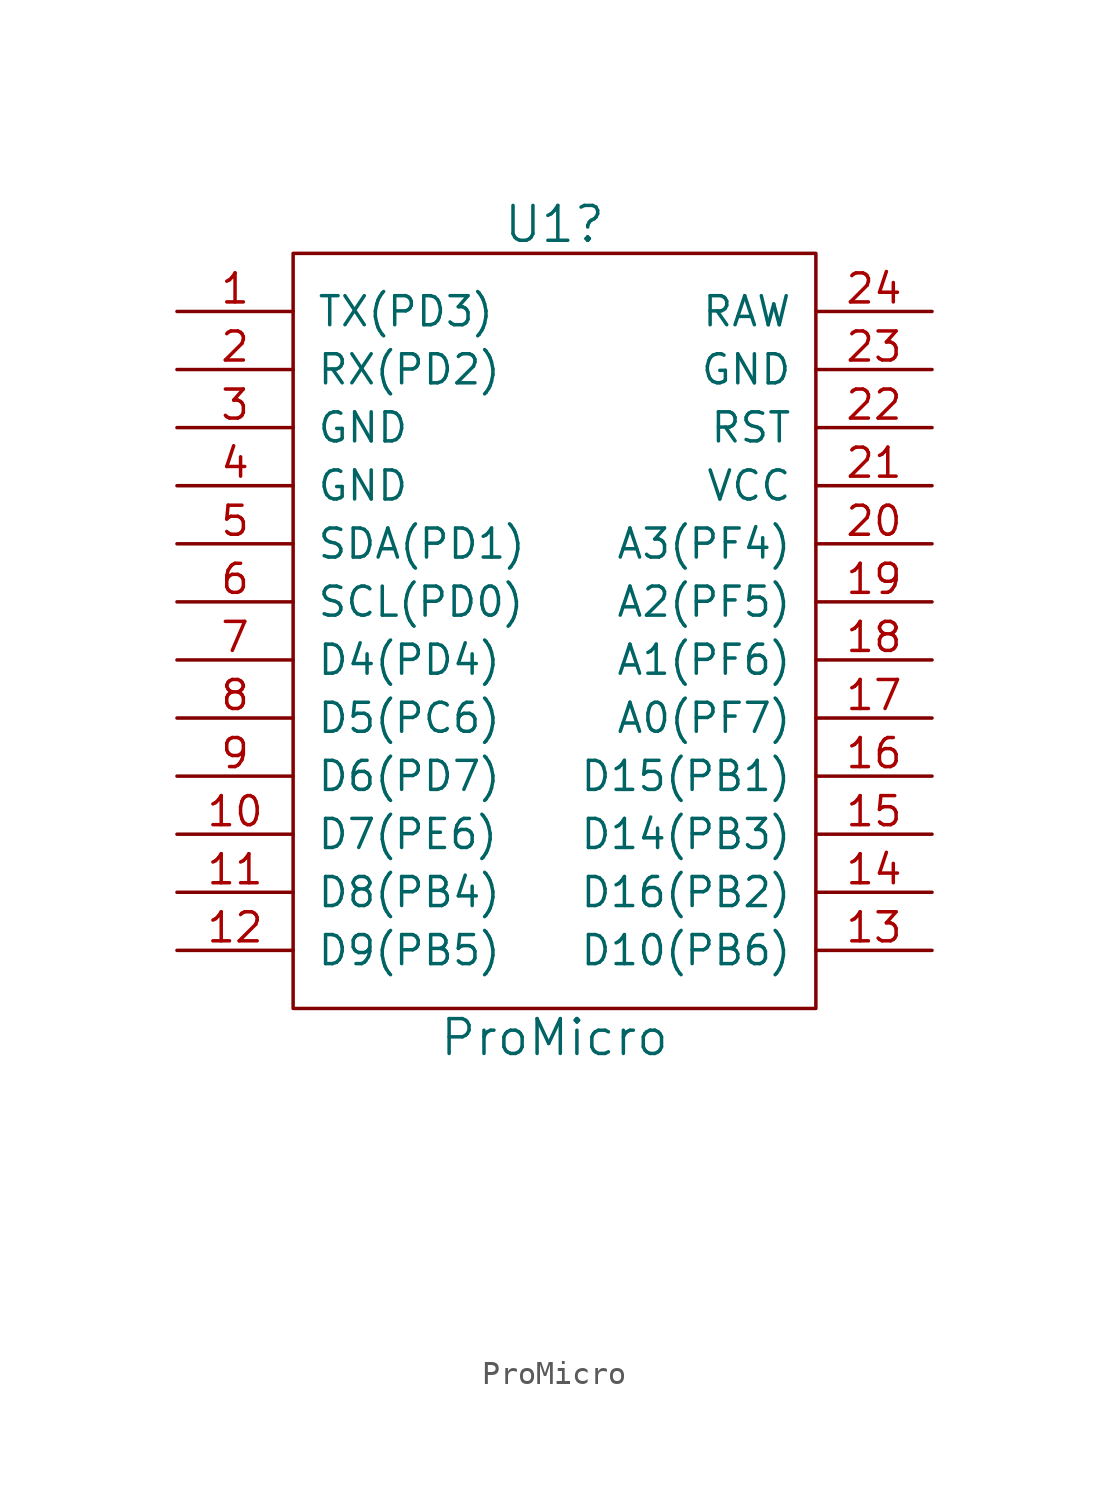
<source format=kicad_sym>
(kicad_symbol_lib
  (version 20211014)
  (generator kicad_symbol_editor)
  (symbol "ProMicro"
    (pin_names
      (offset 1.016))
    (property "Reference" "U1"
      (at 0 17.78 0)
      (effects (font (size 1.524 1.524))))
    (property "Value" "ProMicro"
      (at 0 -17.78 0)
      (effects (font (size 1.524 1.524))))
    (property "Datasheet" ""
      (at 2.54 -26.67 0)
      (effects (font (size 1.524 1.524))))
    (symbol "ProMicro_0_1"
      (rectangle (start -11.43 16.51) (end 11.43 -16.51) (stroke (width 0) (type default) (color 0 0 0 0)) (fill (type none))))
    (symbol "ProMicro_1_1"
      (pin input line (at -16.51 13.97 0) (length 5.08) (name "TX(PD3)" (effects (font (size 1.27 1.27)))) (number "1" (effects (font (size 1.27 1.27)))))
      (pin input line (at -16.51 -8.89 0) (length 5.08) (name "D7(PE6)" (effects (font (size 1.27 1.27)))) (number "10" (effects (font (size 1.27 1.27)))))
      (pin input line (at -16.51 -11.43 0) (length 5.08) (name "D8(PB4)" (effects (font (size 1.27 1.27)))) (number "11" (effects (font (size 1.27 1.27)))))
      (pin input line (at -16.51 -13.97 0) (length 5.08) (name "D9(PB5)" (effects (font (size 1.27 1.27)))) (number "12" (effects (font (size 1.27 1.27)))))
      (pin input line (at 16.51 -13.97 180) (length 5.08) (name "D10(PB6)" (effects (font (size 1.27 1.27)))) (number "13" (effects (font (size 1.27 1.27)))))
      (pin input line (at 16.51 -11.43 180) (length 5.08) (name "D16(PB2)" (effects (font (size 1.27 1.27)))) (number "14" (effects (font (size 1.27 1.27)))))
      (pin input line (at 16.51 -8.89 180) (length 5.08) (name "D14(PB3)" (effects (font (size 1.27 1.27)))) (number "15" (effects (font (size 1.27 1.27)))))
      (pin input line (at 16.51 -6.35 180) (length 5.08) (name "D15(PB1)" (effects (font (size 1.27 1.27)))) (number "16" (effects (font (size 1.27 1.27)))))
      (pin input line (at 16.51 -3.81 180) (length 5.08) (name "A0(PF7)" (effects (font (size 1.27 1.27)))) (number "17" (effects (font (size 1.27 1.27)))))
      (pin input line (at 16.51 -1.27 180) (length 5.08) (name "A1(PF6)" (effects (font (size 1.27 1.27)))) (number "18" (effects (font (size 1.27 1.27)))))
      (pin input line (at 16.51 1.27 180) (length 5.08) (name "A2(PF5)" (effects (font (size 1.27 1.27)))) (number "19" (effects (font (size 1.27 1.27)))))
      (pin input line (at -16.51 11.43 0) (length 5.08) (name "RX(PD2)" (effects (font (size 1.27 1.27)))) (number "2" (effects (font (size 1.27 1.27)))))
      (pin input line (at 16.51 3.81 180) (length 5.08) (name "A3(PF4)" (effects (font (size 1.27 1.27)))) (number "20" (effects (font (size 1.27 1.27)))))
      (pin input line (at 16.51 6.35 180) (length 5.08) (name "VCC" (effects (font (size 1.27 1.27)))) (number "21" (effects (font (size 1.27 1.27)))))
      (pin input line (at 16.51 8.89 180) (length 5.08) (name "RST" (effects (font (size 1.27 1.27)))) (number "22" (effects (font (size 1.27 1.27)))))
      (pin input line (at 16.51 11.43 180) (length 5.08) (name "GND" (effects (font (size 1.27 1.27)))) (number "23" (effects (font (size 1.27 1.27)))))
      (pin input line (at 16.51 13.97 180) (length 5.08) (name "RAW" (effects (font (size 1.27 1.27)))) (number "24" (effects (font (size 1.27 1.27)))))
      (pin input line (at -16.51 8.89 0) (length 5.08) (name "GND" (effects (font (size 1.27 1.27)))) (number "3" (effects (font (size 1.27 1.27)))))
      (pin input line (at -16.51 6.35 0) (length 5.08) (name "GND" (effects (font (size 1.27 1.27)))) (number "4" (effects (font (size 1.27 1.27)))))
      (pin input line (at -16.51 3.81 0) (length 5.08) (name "SDA(PD1)" (effects (font (size 1.27 1.27)))) (number "5" (effects (font (size 1.27 1.27)))))
      (pin input line (at -16.51 1.27 0) (length 5.08) (name "SCL(PD0)" (effects (font (size 1.27 1.27)))) (number "6" (effects (font (size 1.27 1.27)))))
      (pin input line (at -16.51 -1.27 0) (length 5.08) (name "D4(PD4)" (effects (font (size 1.27 1.27)))) (number "7" (effects (font (size 1.27 1.27)))))
      (pin input line (at -16.51 -3.81 0) (length 5.08) (name "D5(PC6)" (effects (font (size 1.27 1.27)))) (number "8" (effects (font (size 1.27 1.27)))))
      (pin input line (at -16.51 -6.35 0) (length 5.08) (name "D6(PD7)" (effects (font (size 1.27 1.27)))) (number "9" (effects (font (size 1.27 1.27))))))))
</source>
